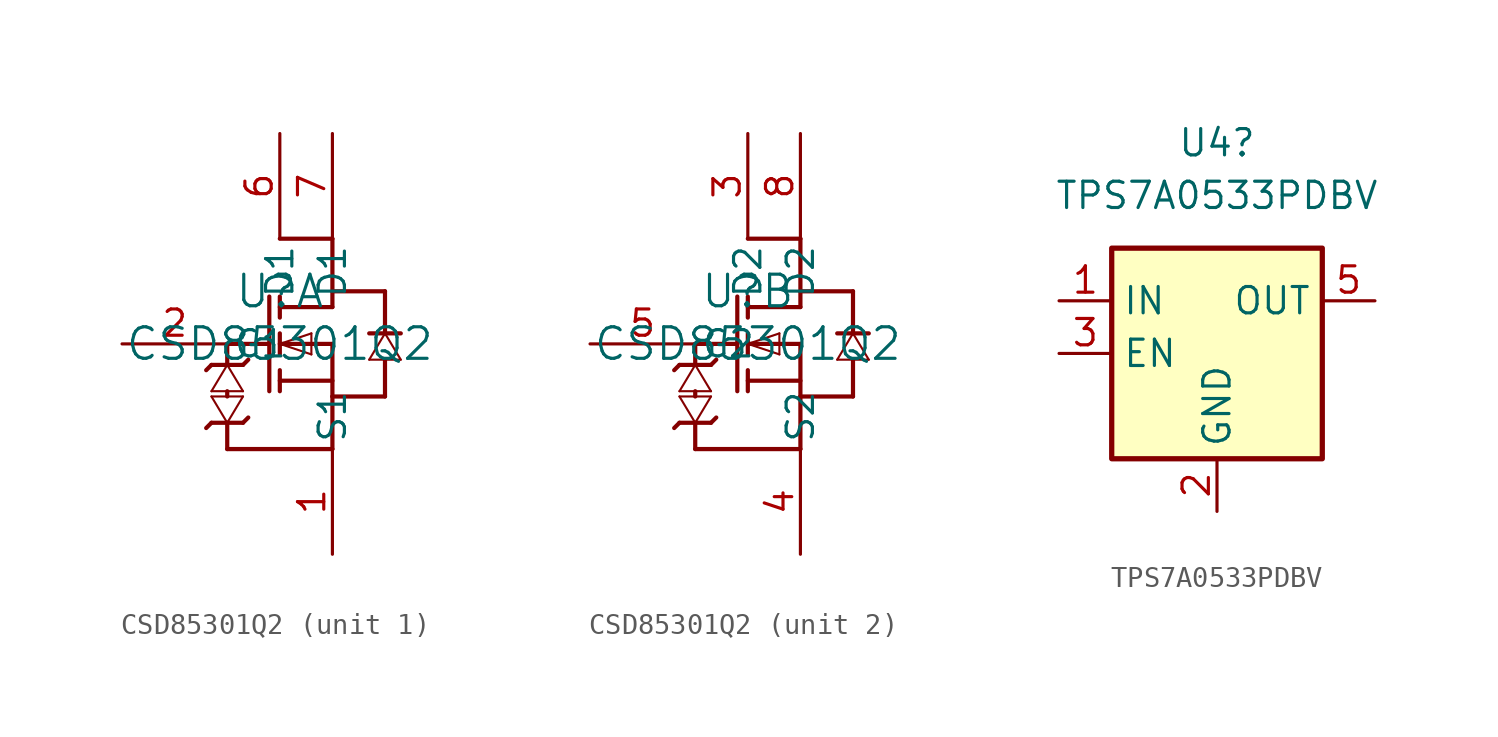
<source format=kicad_sym>
(kicad_symbol_lib
  (version 20241209)
  (generator "kicad_symbol_editor")
  (generator_version "9.0")
  (symbol "CSD85301Q2"
    (pin_names
      (offset 0.254))
    (property "Reference" "U"
      (at 0 2.54 0)
      (effects (font (size 1.524 1.524))))
    (property "Value" "CSD85301Q2"
      (at 0 0 0)
      (effects (font (size 1.524 1.524))))
    (property "ki_locked" ""
      (at 0 0 0)
      (effects (font (size 1.27 1.27))))
    (symbol "CSD85301Q2_1_1"
      (polyline (pts (xy -3.302 -1.016) (xy -3.556 -1.27)) (stroke (width 0.203) (type default)) (fill (type none)))
      (polyline (pts (xy -3.302 -1.016) (xy -1.778 -1.016)) (stroke (width 0.203) (type default)) (fill (type none)))
      (polyline (pts (xy -3.302 -2.286) (xy -1.778 -2.286)) (stroke (width 0.102) (type default)) (fill (type none)))
      (polyline (pts (xy -3.302 -2.54) (xy -2.54 -3.81)) (stroke (width 0.102) (type default)) (fill (type none)))
      (polyline (pts (xy -3.302 -3.81) (xy -3.556 -4.064)) (stroke (width 0.203) (type default)) (fill (type none)))
      (polyline (pts (xy -2.54 0) (xy -0.508 0)) (stroke (width 0.203) (type default)) (fill (type none)))
      (polyline (pts (xy -2.54 -1.016) (xy -3.302 -2.286)) (stroke (width 0.102) (type default)) (fill (type none)))
      (polyline (pts (xy -2.54 -1.016) (xy -2.54 0)) (stroke (width 0.203) (type default)) (fill (type none)))
      (polyline (pts (xy -2.54 -2.286) (xy -2.54 -2.54)) (stroke (width 0.203) (type default)) (fill (type none)))
      (polyline (pts (xy -2.54 -3.81) (xy -2.54 -5.08)) (stroke (width 0.203) (type default)) (fill (type none)))
      (polyline (pts (xy -2.54 -3.81) (xy -1.778 -2.54)) (stroke (width 0.102) (type default)) (fill (type none)))
      (polyline (pts (xy -2.54 -5.08) (xy 2.54 -5.08)) (stroke (width 0.203) (type default)) (fill (type none)))
      (polyline (pts (xy -1.778 -1.016) (xy -1.524 -0.762)) (stroke (width 0.203) (type default)) (fill (type none)))
      (polyline (pts (xy -1.778 -2.286) (xy -2.54 -1.016)) (stroke (width 0.102) (type default)) (fill (type none)))
      (polyline (pts (xy -1.778 -2.54) (xy -3.302 -2.54)) (stroke (width 0.102) (type default)) (fill (type none)))
      (polyline (pts (xy -1.778 -3.81) (xy -3.302 -3.81)) (stroke (width 0.203) (type default)) (fill (type none)))
      (polyline (pts (xy -1.778 -3.81) (xy -1.524 -3.556)) (stroke (width 0.203) (type default)) (fill (type none)))
      (polyline (pts (xy -0.508 2.286) (xy -0.508 -2.286)) (stroke (width 0.203) (type default)) (fill (type none)))
      (polyline (pts (xy 0 5.08) (xy 2.54 5.08)) (stroke (width 0.203) (type default)) (fill (type none)))
      (polyline (pts (xy 0 2.286) (xy 0 1.27)) (stroke (width 0.203) (type default)) (fill (type none)))
      (polyline (pts (xy 0 0) (xy 1.524 -0.508)) (stroke (width 0.102) (type default)) (fill (type none)))
      (polyline (pts (xy 0 -0.508) (xy 0 0.508)) (stroke (width 0.203) (type default)) (fill (type none)))
      (polyline (pts (xy 0 -2.286) (xy 0 -1.27)) (stroke (width 0.203) (type default)) (fill (type none)))
      (polyline (pts (xy 1.524 0.508) (xy 0 0)) (stroke (width 0.102) (type default)) (fill (type none)))
      (polyline (pts (xy 1.524 -0.508) (xy 1.524 0.508)) (stroke (width 0.102) (type default)) (fill (type none)))
      (polyline (pts (xy 2.54 2.54) (xy 2.54 5.08)) (stroke (width 0.203) (type default)) (fill (type none)))
      (polyline (pts (xy 2.54 2.54) (xy 5.08 2.54)) (stroke (width 0.203) (type default)) (fill (type none)))
      (polyline (pts (xy 2.54 1.778) (xy 0 1.778)) (stroke (width 0.203) (type default)) (fill (type none)))
      (polyline (pts (xy 2.54 1.778) (xy 2.54 2.54)) (stroke (width 0.203) (type default)) (fill (type none)))
      (polyline (pts (xy 2.54 0) (xy 0 0)) (stroke (width 0.203) (type default)) (fill (type none)))
      (polyline (pts (xy 2.54 0) (xy 2.54 -2.54)) (stroke (width 0.203) (type default)) (fill (type none)))
      (polyline (pts (xy 2.54 -1.778) (xy 0 -1.778)) (stroke (width 0.203) (type default)) (fill (type none)))
      (polyline (pts (xy 2.54 -2.54) (xy 5.08 -2.54)) (stroke (width 0.203) (type default)) (fill (type none)))
      (polyline (pts (xy 2.54 -5.08) (xy 2.54 -2.54)) (stroke (width 0.203) (type default)) (fill (type none)))
      (polyline (pts (xy 4.318 0.508) (xy 5.842 0.508)) (stroke (width 0.203) (type default)) (fill (type none)))
      (polyline (pts (xy 4.318 -0.762) (xy 5.842 -0.762)) (stroke (width 0.102) (type default)) (fill (type none)))
      (polyline (pts (xy 5.08 2.54) (xy 5.08 0.508)) (stroke (width 0.203) (type default)) (fill (type none)))
      (polyline (pts (xy 5.08 0.508) (xy 4.318 -0.762)) (stroke (width 0.102) (type default)) (fill (type none)))
      (polyline (pts (xy 5.08 -2.54) (xy 5.08 -0.762)) (stroke (width 0.203) (type default)) (fill (type none)))
      (polyline (pts (xy 5.842 -0.762) (xy 5.08 0.508)) (stroke (width 0.102) (type default)) (fill (type none)))
      (pin input line (at -7.62 0 0) (length 5.08) (name "G1" (effects (font (size 1.27 1.27)))) (number "2" (effects (font (size 1.27 1.27)))))
      (pin passive line (at 0 10.16 270) (length 5.08) (name "D1" (effects (font (size 1.27 1.27)))) (number "6" (effects (font (size 1.27 1.27)))))
      (pin passive line (at 2.54 10.16 270) (length 5.08) (name "D1" (effects (font (size 1.27 1.27)))) (number "7" (effects (font (size 1.27 1.27)))))
      (pin passive line (at 2.54 -10.16 90) (length 5.08) (name "S1" (effects (font (size 1.27 1.27)))) (number "1" (effects (font (size 1.27 1.27))))))
    (symbol "CSD85301Q2_2_1"
      (polyline (pts (xy -3.302 -1.016) (xy -3.556 -1.27)) (stroke (width 0.203) (type default)) (fill (type none)))
      (polyline (pts (xy -3.302 -1.016) (xy -1.778 -1.016)) (stroke (width 0.203) (type default)) (fill (type none)))
      (polyline (pts (xy -3.302 -2.286) (xy -1.778 -2.286)) (stroke (width 0.102) (type default)) (fill (type none)))
      (polyline (pts (xy -3.302 -2.54) (xy -2.54 -3.81)) (stroke (width 0.102) (type default)) (fill (type none)))
      (polyline (pts (xy -3.302 -3.81) (xy -3.556 -4.064)) (stroke (width 0.203) (type default)) (fill (type none)))
      (polyline (pts (xy -2.54 0) (xy -0.508 0)) (stroke (width 0.203) (type default)) (fill (type none)))
      (polyline (pts (xy -2.54 -1.016) (xy -3.302 -2.286)) (stroke (width 0.102) (type default)) (fill (type none)))
      (polyline (pts (xy -2.54 -1.016) (xy -2.54 0)) (stroke (width 0.203) (type default)) (fill (type none)))
      (polyline (pts (xy -2.54 -2.286) (xy -2.54 -2.54)) (stroke (width 0.203) (type default)) (fill (type none)))
      (polyline (pts (xy -2.54 -3.81) (xy -2.54 -5.08)) (stroke (width 0.203) (type default)) (fill (type none)))
      (polyline (pts (xy -2.54 -3.81) (xy -1.778 -2.54)) (stroke (width 0.102) (type default)) (fill (type none)))
      (polyline (pts (xy -2.54 -5.08) (xy 2.54 -5.08)) (stroke (width 0.203) (type default)) (fill (type none)))
      (polyline (pts (xy -1.778 -1.016) (xy -1.524 -0.762)) (stroke (width 0.203) (type default)) (fill (type none)))
      (polyline (pts (xy -1.778 -2.286) (xy -2.54 -1.016)) (stroke (width 0.102) (type default)) (fill (type none)))
      (polyline (pts (xy -1.778 -2.54) (xy -3.302 -2.54)) (stroke (width 0.102) (type default)) (fill (type none)))
      (polyline (pts (xy -1.778 -3.81) (xy -3.302 -3.81)) (stroke (width 0.203) (type default)) (fill (type none)))
      (polyline (pts (xy -1.778 -3.81) (xy -1.524 -3.556)) (stroke (width 0.203) (type default)) (fill (type none)))
      (polyline (pts (xy -0.508 2.286) (xy -0.508 -2.286)) (stroke (width 0.203) (type default)) (fill (type none)))
      (polyline (pts (xy 0 5.08) (xy 2.54 5.08)) (stroke (width 0.203) (type default)) (fill (type none)))
      (polyline (pts (xy 0 2.286) (xy 0 1.27)) (stroke (width 0.203) (type default)) (fill (type none)))
      (polyline (pts (xy 0 0) (xy 1.524 -0.508)) (stroke (width 0.102) (type default)) (fill (type none)))
      (polyline (pts (xy 0 -0.508) (xy 0 0.508)) (stroke (width 0.203) (type default)) (fill (type none)))
      (polyline (pts (xy 0 -2.286) (xy 0 -1.27)) (stroke (width 0.203) (type default)) (fill (type none)))
      (polyline (pts (xy 1.524 0.508) (xy 0 0)) (stroke (width 0.102) (type default)) (fill (type none)))
      (polyline (pts (xy 1.524 -0.508) (xy 1.524 0.508)) (stroke (width 0.102) (type default)) (fill (type none)))
      (polyline (pts (xy 2.54 2.54) (xy 2.54 5.08)) (stroke (width 0.203) (type default)) (fill (type none)))
      (polyline (pts (xy 2.54 2.54) (xy 5.08 2.54)) (stroke (width 0.203) (type default)) (fill (type none)))
      (polyline (pts (xy 2.54 1.778) (xy 0 1.778)) (stroke (width 0.203) (type default)) (fill (type none)))
      (polyline (pts (xy 2.54 1.778) (xy 2.54 2.54)) (stroke (width 0.203) (type default)) (fill (type none)))
      (polyline (pts (xy 2.54 0) (xy 0 0)) (stroke (width 0.203) (type default)) (fill (type none)))
      (polyline (pts (xy 2.54 0) (xy 2.54 -2.54)) (stroke (width 0.203) (type default)) (fill (type none)))
      (polyline (pts (xy 2.54 -1.778) (xy 0 -1.778)) (stroke (width 0.203) (type default)) (fill (type none)))
      (polyline (pts (xy 2.54 -2.54) (xy 5.08 -2.54)) (stroke (width 0.203) (type default)) (fill (type none)))
      (polyline (pts (xy 2.54 -5.08) (xy 2.54 -2.54)) (stroke (width 0.203) (type default)) (fill (type none)))
      (polyline (pts (xy 4.318 0.508) (xy 5.842 0.508)) (stroke (width 0.203) (type default)) (fill (type none)))
      (polyline (pts (xy 4.318 -0.762) (xy 5.842 -0.762)) (stroke (width 0.102) (type default)) (fill (type none)))
      (polyline (pts (xy 5.08 2.54) (xy 5.08 0.508)) (stroke (width 0.203) (type default)) (fill (type none)))
      (polyline (pts (xy 5.08 0.508) (xy 4.318 -0.762)) (stroke (width 0.102) (type default)) (fill (type none)))
      (polyline (pts (xy 5.08 -2.54) (xy 5.08 -0.762)) (stroke (width 0.203) (type default)) (fill (type none)))
      (polyline (pts (xy 5.842 -0.762) (xy 5.08 0.508)) (stroke (width 0.102) (type default)) (fill (type none)))
      (pin input line (at -7.62 0 0) (length 5.08) (name "G2" (effects (font (size 1.27 1.27)))) (number "5" (effects (font (size 1.27 1.27)))))
      (pin passive line (at 0 10.16 270) (length 5.08) (name "D2" (effects (font (size 1.27 1.27)))) (number "3" (effects (font (size 1.27 1.27)))))
      (pin passive line (at 2.54 10.16 270) (length 5.08) (name "D2" (effects (font (size 1.27 1.27)))) (number "8" (effects (font (size 1.27 1.27)))))
      (pin passive line (at 2.54 -10.16 90) (length 5.08) (name "S2" (effects (font (size 1.27 1.27)))) (number "4" (effects (font (size 1.27 1.27)))))))
  (symbol "TPS7A0533PDBV"
    (property "Reference" "U4"
      (at 0 10.16 0)
      (effects (font (size 1.27 1.27))))
    (property "Value" "TPS7A0533PDBV"
      (at 0 7.62 0)
      (effects (font (size 1.27 1.27))))
    (symbol "TPS7A0533PDBV_0_1"
      (rectangle (start -5.08 5.08) (end 5.08 -5.08) (stroke (width 0.254) (type default)) (fill (type background)))
      (pin power_in line (at -7.62 2.54 0) (length 2.54) (name "IN" (effects (font (size 1.27 1.27)))) (number "1" (effects (font (size 1.27 1.27)))))
      (pin input line (at -7.62 0 0) (length 2.54) (name "EN" (effects (font (size 1.27 1.27)))) (number "3" (effects (font (size 1.27 1.27)))))
      (pin power_in line (at 0 -7.62 90) (length 2.54) (name "GND" (effects (font (size 1.27 1.27)))) (number "2" (effects (font (size 1.27 1.27)))))
      (pin power_in line (at 5.08 0 180) (length 2.54) (hide yes) (name "NC_(GND)" (effects (font (size 1.27 1.27)))) (number "4" (effects (font (size 1.27 1.27)))))
      (pin power_out line (at 7.62 2.54 180) (length 2.54) (name "OUT" (effects (font (size 1.27 1.27)))) (number "5" (effects (font (size 1.27 1.27))))))))
</source>
